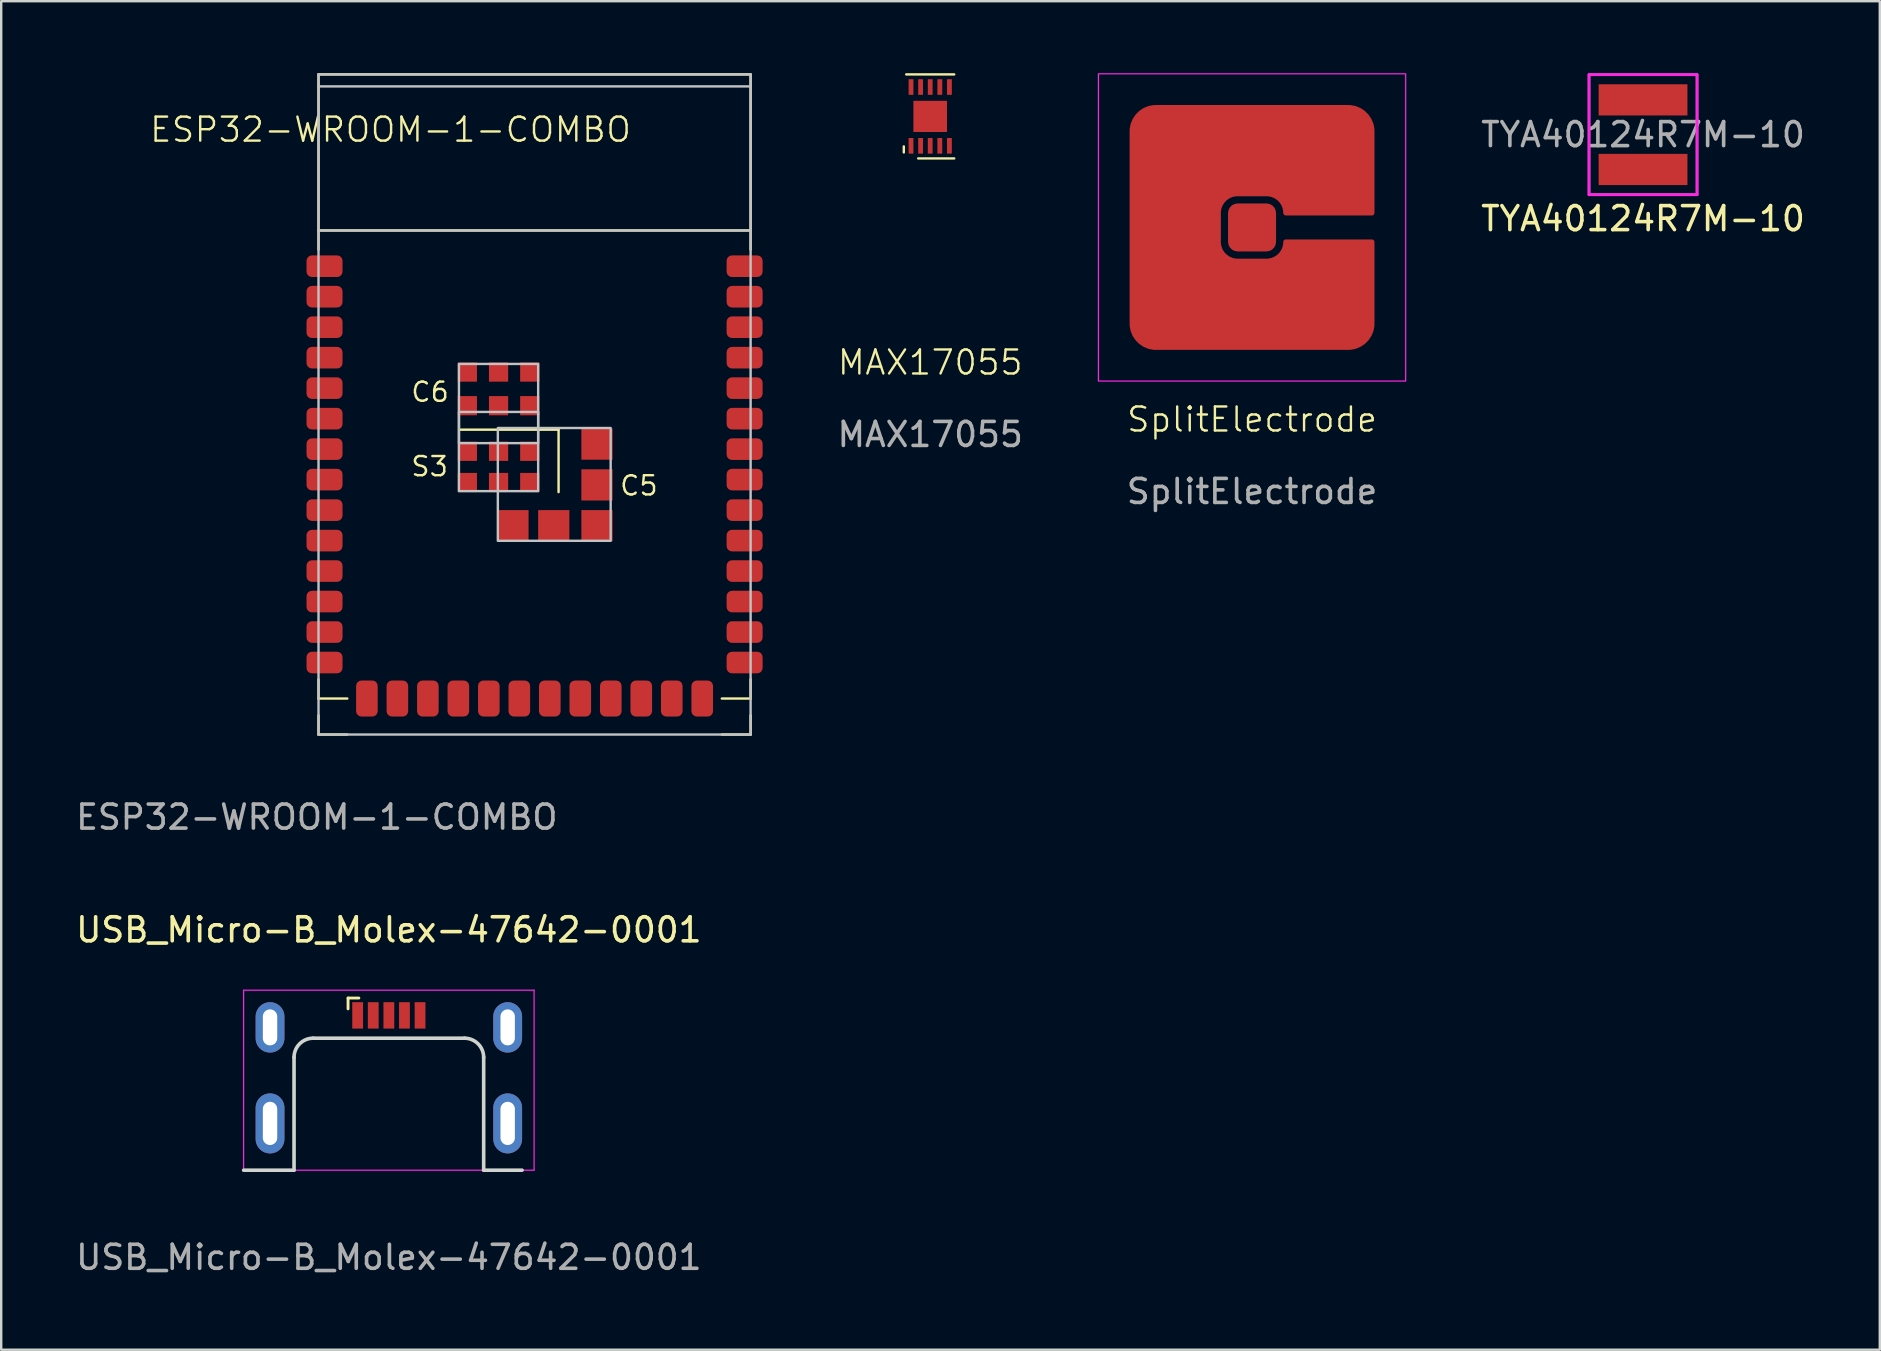
<source format=kicad_pcb>
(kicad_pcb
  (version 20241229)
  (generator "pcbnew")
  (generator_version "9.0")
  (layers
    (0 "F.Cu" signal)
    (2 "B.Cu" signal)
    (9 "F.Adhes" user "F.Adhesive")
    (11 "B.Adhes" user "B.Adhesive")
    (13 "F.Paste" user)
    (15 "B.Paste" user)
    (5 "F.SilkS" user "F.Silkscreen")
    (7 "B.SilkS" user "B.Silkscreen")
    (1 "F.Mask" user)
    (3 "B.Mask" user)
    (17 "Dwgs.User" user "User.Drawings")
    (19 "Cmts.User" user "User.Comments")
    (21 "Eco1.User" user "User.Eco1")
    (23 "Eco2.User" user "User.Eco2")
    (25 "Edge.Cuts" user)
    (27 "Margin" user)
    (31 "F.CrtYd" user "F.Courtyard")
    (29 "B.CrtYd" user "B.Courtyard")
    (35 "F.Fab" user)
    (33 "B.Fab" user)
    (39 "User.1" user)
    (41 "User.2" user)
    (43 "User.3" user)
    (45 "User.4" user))
  (footprint "SplitElectrode"
    (layer "F.Cu")
    (at 49.108 6.425)
    (property "Reference" "SplitElectrode" (at 0 8 0) (unlocked yes) (layer "F.SilkS") (effects (font (size 1 1) (thickness 0.1))))
    (attr smd)
    (fp_rect (start -6.4 -6.4) (end 6.4 6.4) (stroke (width 0.05) (type default)) (fill no) (layer "F.CrtYd"))
    (fp_text user "${REFERENCE}" (at 0 11 0) (unlocked yes) (layer "F.Fab") (effects (font (size 1 1) (thickness 0.15))))
    (pad "1" smd roundrect (at 0 0 180) (size 2 2) (layers "F.Cu" "F.Mask") (roundrect_rratio 0.2))
    (pad "2" smd custom (at 0 -3.2 180) (size 2 2) (layers "F.Cu" "F.Mask") (options (anchor circle)) (primitives (gr_poly (pts (xy -1 -0.6) (xy -0.98 -0.724) (xy -0.924 -0.835) (xy -0.835 -0.924) (xy -0.724 -0.98) (xy -0.6 -1) (xy 0.6 -1) (xy 0.724 -0.98) (xy 0.835 -0.924) (xy 0.924 -0.835) (xy 0.98 -0.724) (xy 1 -0.6) (xy 1 0.6) (xy 0.98 0.724) (xy 0.924 0.835) (xy 0.835 0.924) (xy 0.724 0.98) (xy 0.6 1) (xy -0.6 1) (xy -0.724 0.98) (xy -0.835 0.924) (xy -0.924 0.835) (xy -0.98 0.724) (xy -1 0.6)) (width 0) (fill yes)) (gr_poly (pts (xy 4 -8.2) (xy 4.098 -8.198) (xy 4.291 -8.16) (xy 4.473 -8.085) (xy 4.636 -7.975) (xy 4.775 -7.836) (xy 4.885 -7.673) (xy 4.96 -7.491) (xy 4.998 -7.298) (xy 5 -7.2) (xy 5 0.8) (xy 4.998 0.898) (xy 4.96 1.091) (xy 4.885 1.273) (xy 4.775 1.436) (xy 4.636 1.575) (xy 4.473 1.685) (xy 4.291 1.76) (xy 4.098 1.798) (xy 4 1.8) (xy -4 1.8) (xy -4.098 1.798) (xy -4.291 1.76) (xy -4.473 1.684) (xy -4.636 1.575) (xy -4.775 1.436) (xy -4.884 1.273) (xy -4.96 1.091) (xy -4.998 0.898) (xy -5 0.8) (xy -5 -2.6) (xy -1.4 -2.6) (xy -1.398 -2.521) (xy -1.368 -2.367) (xy -1.308 -2.222) (xy -1.22 -2.091) (xy -1.109 -1.98) (xy -0.978 -1.892) (xy -0.833 -1.832) (xy -0.679 -1.802) (xy -0.6 -1.8) (xy 0.6 -1.8) (xy 0.679 -1.802) (xy 0.833 -1.832) (xy 0.978 -1.892) (xy 1.109 -1.98) (xy 1.22 -2.091) (xy 1.308 -2.222) (xy 1.368 -2.367) (xy 1.398 -2.521) (xy 1.4 -2.6) (xy 1.4 -3.8) (xy 1.398 -3.879) (xy 1.368 -4.033) (xy 1.308 -4.178) (xy 1.22 -4.309) (xy 1.109 -4.42) (xy 0.978 -4.508) (xy 0.833 -4.568) (xy 0.679 -4.598) (xy 0.6 -4.6) (xy -0.6 -4.6) (xy -0.679 -4.598) (xy -0.833 -4.568) (xy -0.978 -4.508) (xy -1.109 -4.42) (xy -1.22 -4.309) (xy -1.308 -4.178) (xy -1.368 -4.033) (xy -1.398 -3.879) (xy -1.4 -3.8) (xy -5 -3.8) (xy -5 -7.2) (xy -4.998 -7.298) (xy -4.96 -7.491) (xy -4.884 -7.673) (xy -4.775 -7.836) (xy -4.636 -7.975) (xy -4.473 -8.084) (xy -4.291 -8.16) (xy -4.098 -8.198) (xy -4 -8.2)) (width 0.2) (fill yes)))))
  (footprint "TYA40124R7M-10"
    (layer "F.Cu")
    (at 65.396 2.56)
    (property "Reference" "TYA40124R7M-10" (at 0 3.5 0) (layer "F.SilkS") (effects (font (size 1 1) (thickness 0.15))))
    (attr smd)
    (fp_line (start -2.25 -2.5) (end 2.25 -2.5) (stroke (width 0.12) (type solid)) (layer "F.CrtYd"))
    (fp_line (start -2.25 2.5) (end -2.25 -2.5) (stroke (width 0.12) (type solid)) (layer "F.CrtYd"))
    (fp_line (start 2.25 -2.5) (end 2.25 2.5) (stroke (width 0.12) (type solid)) (layer "F.CrtYd"))
    (fp_line (start 2.25 2.5) (end -2.25 2.5) (stroke (width 0.12) (type solid)) (layer "F.CrtYd"))
    (fp_rect (start -2.25 -2.5) (end 2.25 2.5) (stroke (width 0.1) (type solid)) (fill no) (layer "F.Fab"))
    (fp_text user "${REFERENCE}" (at 0 0 0) (layer "F.Fab") (effects (font (size 1 1) (thickness 0.15))))
    (pad "1" smd rect (at 0 -1.45) (size 3.7 1.3) (layers "F.Cu" "F.Mask" "F.Paste"))
    (pad "2" smd rect (at 0 1.45) (size 3.7 1.3) (layers "F.Cu" "F.Mask" "F.Paste")))
  (footprint "USB_Micro-B_Molex-47642-0001"
    (layer "F.Cu")
    (at 13.149 38.699)
    (property "Reference" "USB_Micro-B_Molex-47642-0001" (at 0 -3.013 0) (layer "F.SilkS") (effects (font (size 1 1) (thickness 0.15))))
    (attr smd)
    (fp_line (start -1.7 -0.172) (end -1.7 0.278) (stroke (width 0.12) (type solid)) (layer "F.SilkS"))
    (fp_line (start -1.7 -0.172) (end -1.25 -0.172) (stroke (width 0.12) (type solid)) (layer "F.SilkS"))
    (fp_line (start -6.05 7) (end -3.95 7) (stroke (width 0.15) (type default)) (layer "Edge.Cuts"))
    (fp_line (start -3.95 7) (end -3.95 2.3) (stroke (width 0.15) (type default)) (layer "Edge.Cuts"))
    (fp_line (start 3.15 1.5) (end -3.15 1.5) (stroke (width 0.15) (type default)) (layer "Edge.Cuts"))
    (fp_line (start 3.95 7) (end 3.95 2.3) (stroke (width 0.15) (type default)) (layer "Edge.Cuts"))
    (fp_line (start 5.55 7) (end 3.95 7) (stroke (width 0.15) (type default)) (layer "Edge.Cuts"))
    (fp_arc (start -3.95 2.3) (mid -3.715685 1.734315) (end -3.15 1.5) (stroke (width 0.15) (type default)) (layer "Edge.Cuts"))
    (fp_arc (start 3.15 1.5) (mid 3.715685 1.734315) (end 3.95 2.3) (stroke (width 0.15) (type default)) (layer "Edge.Cuts"))
    (fp_line (start -6.05 -0.5) (end -6.05 7) (stroke (width 0.05) (type default)) (layer "F.CrtYd"))
    (fp_line (start -6.05 -0.5) (end 6.05 -0.5) (stroke (width 0.05) (type solid)) (layer "F.CrtYd"))
    (fp_line (start -6.05 7) (end 6.05 7) (stroke (width 0.05) (type default)) (layer "F.CrtYd"))
    (fp_line (start 6.05 -0.5) (end 6.05 7) (stroke (width 0.05) (type default)) (layer "F.CrtYd"))
    (fp_text user "${REFERENCE}" (at 0 10.63 0) (layer "F.Fab") (effects (font (size 1 1) (thickness 0.15))))
    (pad "1" smd rect (at -1.3 0.55) (size 0.45 1.1) (layers "F.Cu" "F.Mask" "F.Paste"))
    (pad "2" smd rect (at -0.65 0.55) (size 0.45 1.1) (layers "F.Cu" "F.Mask" "F.Paste"))
    (pad "3" smd rect (at 0 0.55) (size 0.45 1.1) (layers "F.Cu" "F.Mask" "F.Paste"))
    (pad "4" smd rect (at 0.65 0.55) (size 0.45 1.1) (layers "F.Cu" "F.Mask" "F.Paste"))
    (pad "5" smd rect (at 1.3 0.55) (size 0.45 1.1) (layers "F.Cu" "F.Mask" "F.Paste"))
    (pad "6" thru_hole oval (at -4.95 1.05 90) (size 2.1 1.2) (drill oval 1.5 0.6) (layers "*.Cu" "*.Mask"))
    (pad "6" thru_hole oval (at -4.95 5.05 180) (size 1.2 2.5) (drill oval 0.6 1.8) (layers "*.Cu" "*.Mask"))
    (pad "6" thru_hole oval (at 4.95 1.05 90) (size 2.1 1.2) (drill oval 1.5 0.6) (layers "*.Cu" "*.Mask"))
    (pad "6" thru_hole oval (at 4.95 5.05) (size 1.2 2.5) (drill oval 0.6 1.8) (layers "*.Cu" "*.Mask")))
  (footprint "MAX17055"
    (layer "F.Cu")
    (at 35.701 1.8)
    (property "Reference" "MAX17055" (at 0 10.25 0) (unlocked yes) (layer "F.SilkS") (effects (font (size 1 1) (thickness 0.1))))
    (attr smd)
    (fp_line (start -1.1 1.25) (end -1.1 1.5) (stroke (width 0.1) (type default)) (layer "F.SilkS"))
    (fp_line (start -1 -1.75) (end 1 -1.75) (stroke (width 0.1) (type default)) (layer "F.SilkS"))
    (fp_line (start 1 1.75) (end -0.5 1.75) (stroke (width 0.1) (type default)) (layer "F.SilkS"))
    (fp_text user "${REFERENCE}" (at 0 13.25 0) (unlocked yes) (layer "F.Fab") (effects (font (size 1 1) (thickness 0.15))))
    (pad "1" smd rect (at -0.8 1.225 180) (size 0.2 0.65) (layers "F.Cu" "F.Mask" "F.Paste"))
    (pad "2" smd rect (at -0.4 1.225 180) (size 0.2 0.65) (layers "F.Cu" "F.Mask" "F.Paste"))
    (pad "3" smd rect (at 0 1.225 180) (size 0.2 0.65) (layers "F.Cu" "F.Mask" "F.Paste"))
    (pad "4" smd rect (at 0.4 1.225 180) (size 0.2 0.65) (layers "F.Cu" "F.Mask" "F.Paste"))
    (pad "5" smd rect (at 0.8 1.225 180) (size 0.2 0.65) (layers "F.Cu" "F.Mask" "F.Paste"))
    (pad "6" smd rect (at 0.8 -1.225 180) (size 0.2 0.65) (layers "F.Cu" "F.Mask" "F.Paste"))
    (pad "7" smd rect (at 0.4 -1.225 180) (size 0.2 0.65) (layers "F.Cu" "F.Mask" "F.Paste"))
    (pad "8" smd rect (at 0 -1.225 180) (size 0.2 0.65) (layers "F.Cu" "F.Mask" "F.Paste"))
    (pad "9" smd rect (at -0.4 -1.225 180) (size 0.2 0.65) (layers "F.Cu" "F.Mask" "F.Paste"))
    (pad "10" smd rect (at -0.8 -1.225 180) (size 0.2 0.65) (layers "F.Cu" "F.Mask" "F.Paste"))
    (pad "11" smd rect (at 0 0) (size 1.4 1.3) (layers "F.Cu" "F.Mask" "F.Paste")))
  (footprint "ESP32-WROOM-1-COMBO"
    (layer "F.Cu")
    (at 10.219 26.05)
    (property "Reference" "ESP32-WROOM-1-COMBO" (at 3 -23.7 0) (unlocked yes) (layer "F.SilkS") (effects (font (size 1 1) (thickness 0.1))))
    (attr smd)
    (fp_line (start 0 -26) (end 0 -18.7) (stroke (width 0.1) (type default)) (layer "F.SilkS"))
    (fp_line (start 0 -0.8) (end 0 0) (stroke (width 0.1) (type default)) (layer "F.SilkS"))
    (fp_line (start 0 0) (end 1.2 0) (stroke (width 0.1) (type solid)) (layer "F.SilkS"))
    (fp_line (start 0 0.7) (end 0 1.5) (stroke (width 0.1) (type default)) (layer "F.SilkS"))
    (fp_line (start 0 1.5) (end 1.2 1.5) (stroke (width 0.1) (type default)) (layer "F.SilkS"))
    (fp_line (start 5.9 -11.2) (end 9.2 -11.2) (stroke (width 0.1) (type default)) (layer "F.SilkS"))
    (fp_line (start 9.2 -11.2) (end 10 -11.2) (stroke (width 0.1) (type default)) (layer "F.SilkS"))
    (fp_line (start 10 -11.2) (end 10 -8.6) (stroke (width 0.1) (type default)) (layer "F.SilkS"))
    (fp_line (start 18 -26) (end 0 -26) (stroke (width 0.1) (type default)) (layer "F.SilkS"))
    (fp_line (start 18 -26) (end 18 -18.7) (stroke (width 0.1) (type default)) (layer "F.SilkS"))
    (fp_line (start 18 -19.5) (end 0 -19.5) (stroke (width 0.1) (type default)) (layer "F.SilkS"))
    (fp_line (start 18 -0.8) (end 18 0) (stroke (width 0.1) (type default)) (layer "F.SilkS"))
    (fp_line (start 18 0) (end 16.8 0) (stroke (width 0.1) (type default)) (layer "F.SilkS"))
    (fp_line (start 18 0.7) (end 18 1.5) (stroke (width 0.1) (type default)) (layer "F.SilkS"))
    (fp_line (start 18 1.5) (end 16.8 1.5) (stroke (width 0.1) (type default)) (layer "F.SilkS"))
    (fp_line (start 0 -26) (end 0 1.5) (stroke (width 0.1) (type solid)) (layer "Dwgs.User"))
    (fp_line (start 0 -26) (end 18 -26) (stroke (width 0.1) (type default)) (layer "Dwgs.User"))
    (fp_line (start 0 -25.5) (end 18 -25.5) (stroke (width 0.1) (type default)) (layer "Dwgs.User"))
    (fp_line (start 0 1.5) (end 18 1.5) (stroke (width 0.1) (type solid)) (layer "Dwgs.User"))
    (fp_line (start 18 -19.5) (end 0 -19.5) (stroke (width 0.1) (type default)) (layer "Dwgs.User"))
    (fp_line (start 18 1.5) (end 18 -26) (stroke (width 0.1) (type solid)) (layer "Dwgs.User"))
    (fp_rect (start 5.85 -13.94) (end 9.15 -10.64) (stroke (width 0.1) (type solid)) (fill no) (layer "Dwgs.User"))
    (fp_rect (start 5.85 -11.94) (end 9.15 -8.64) (stroke (width 0.1) (type solid)) (fill no) (layer "Dwgs.User"))
    (fp_rect (start 7.47 -11.27) (end 12.17 -6.57) (stroke (width 0.1) (type solid)) (fill no) (layer "Dwgs.User"))
    (fp_text user "S3" (at 3.8 -9.2 0) (unlocked yes) (layer "F.SilkS") (effects (font (size 0.8 0.8) (thickness 0.1)) (justify left bottom)))
    (fp_text user "C5" (at 12.5 -8.4 0) (unlocked yes) (layer "F.SilkS") (effects (font (size 0.8 0.8) (thickness 0.1)) (justify left bottom)))
    (fp_text user "C6" (at 3.8 -12.3 0) (unlocked yes) (layer "F.SilkS") (effects (font (size 0.8 0.8) (thickness 0.1)) (justify left bottom)))
    (fp_text user "${REFERENCE}" (at -0.07 4.94 0) (unlocked yes) (layer "F.Fab") (effects (font (size 1 1) (thickness 0.15))))
    (pad "1" smd roundrect (at 0.25 -18.01) (size 1.5 0.9) (layers "F.Cu" "F.Mask" "F.Paste") (roundrect_rratio 0.25))
    (pad "2" smd roundrect (at 0.25 -16.74) (size 1.5 0.9) (layers "F.Cu" "F.Mask" "F.Paste") (roundrect_rratio 0.25))
    (pad "3" smd roundrect (at 0.25 -15.47) (size 1.5 0.9) (layers "F.Cu" "F.Mask" "F.Paste") (roundrect_rratio 0.25))
    (pad "4" smd roundrect (at 0.25 -14.2) (size 1.5 0.9) (layers "F.Cu" "F.Mask" "F.Paste") (roundrect_rratio 0.25))
    (pad "5" smd roundrect (at 0.25 -12.93) (size 1.5 0.9) (layers "F.Cu" "F.Mask" "F.Paste") (roundrect_rratio 0.25))
    (pad "6" smd roundrect (at 0.25 -11.66) (size 1.5 0.9) (layers "F.Cu" "F.Mask" "F.Paste") (roundrect_rratio 0.25))
    (pad "7" smd roundrect (at 0.25 -10.39) (size 1.5 0.9) (layers "F.Cu" "F.Mask" "F.Paste") (roundrect_rratio 0.25))
    (pad "8" smd roundrect (at 0.25 -9.12) (size 1.5 0.9) (layers "F.Cu" "F.Mask" "F.Paste") (roundrect_rratio 0.25))
    (pad "9" smd roundrect (at 0.25 -7.85) (size 1.5 0.9) (layers "F.Cu" "F.Mask" "F.Paste") (roundrect_rratio 0.25))
    (pad "10" smd roundrect (at 0.25 -6.58) (size 1.5 0.9) (layers "F.Cu" "F.Mask" "F.Paste") (roundrect_rratio 0.25))
    (pad "11" smd roundrect (at 0.25 -5.31) (size 1.5 0.9) (layers "F.Cu" "F.Mask" "F.Paste") (roundrect_rratio 0.25))
    (pad "12" smd roundrect (at 0.25 -4.04) (size 1.5 0.9) (layers "F.Cu" "F.Mask" "F.Paste") (roundrect_rratio 0.25))
    (pad "13" smd roundrect (at 0.25 -2.77) (size 1.5 0.9) (layers "F.Cu" "F.Mask" "F.Paste") (roundrect_rratio 0.25))
    (pad "14" smd roundrect (at 0.25 -1.5) (size 1.5 0.9) (layers "F.Cu" "F.Mask" "F.Paste") (roundrect_rratio 0.25))
    (pad "15" smd roundrect (at 2.015 0 90) (size 1.5 0.9) (layers "F.Cu" "F.Mask" "F.Paste") (roundrect_rratio 0.25))
    (pad "16" smd roundrect (at 3.285 0 90) (size 1.5 0.9) (layers "F.Cu" "F.Mask" "F.Paste") (roundrect_rratio 0.25))
    (pad "17" smd roundrect (at 4.555 0 90) (size 1.5 0.9) (layers "F.Cu" "F.Mask" "F.Paste") (roundrect_rratio 0.25))
    (pad "18" smd roundrect (at 5.825 0 90) (size 1.5 0.9) (layers "F.Cu" "F.Mask" "F.Paste") (roundrect_rratio 0.25))
    (pad "19" smd roundrect (at 7.095 0 90) (size 1.5 0.9) (layers "F.Cu" "F.Mask" "F.Paste") (roundrect_rratio 0.25))
    (pad "20" smd roundrect (at 8.365 0 90) (size 1.5 0.9) (layers "F.Cu" "F.Mask" "F.Paste") (roundrect_rratio 0.25))
    (pad "21" smd roundrect (at 9.635 0 90) (size 1.5 0.9) (layers "F.Cu" "F.Mask" "F.Paste") (roundrect_rratio 0.25))
    (pad "22" smd roundrect (at 10.905 0 90) (size 1.5 0.9) (layers "F.Cu" "F.Mask" "F.Paste") (roundrect_rratio 0.25))
    (pad "23" smd roundrect (at 12.175 0 90) (size 1.5 0.9) (layers "F.Cu" "F.Mask" "F.Paste") (roundrect_rratio 0.25))
    (pad "24" smd roundrect (at 13.445 0 90) (size 1.5 0.9) (layers "F.Cu" "F.Mask" "F.Paste") (roundrect_rratio 0.25))
    (pad "25" smd roundrect (at 14.715 0 90) (size 1.5 0.9) (layers "F.Cu" "F.Mask" "F.Paste") (roundrect_rratio 0.25))
    (pad "26" smd roundrect (at 15.985 0 90) (size 1.5 0.9) (layers "F.Cu" "F.Mask" "F.Paste") (roundrect_rratio 0.25))
    (pad "27" smd roundrect (at 17.75 -1.5 180) (size 1.5 0.9) (layers "F.Cu" "F.Mask" "F.Paste") (roundrect_rratio 0.25))
    (pad "28" smd roundrect (at 17.75 -2.77 180) (size 1.5 0.9) (layers "F.Cu" "F.Mask" "F.Paste") (roundrect_rratio 0.25))
    (pad "29" smd roundrect (at 17.75 -4.04 180) (size 1.5 0.9) (layers "F.Cu" "F.Mask" "F.Paste") (roundrect_rratio 0.25))
    (pad "30" smd roundrect (at 17.75 -5.31 180) (size 1.5 0.9) (layers "F.Cu" "F.Mask" "F.Paste") (roundrect_rratio 0.25))
    (pad "31" smd roundrect (at 17.75 -6.58 180) (size 1.5 0.9) (layers "F.Cu" "F.Mask" "F.Paste") (roundrect_rratio 0.25))
    (pad "32" smd roundrect (at 17.75 -7.85 180) (size 1.5 0.9) (layers "F.Cu" "F.Mask" "F.Paste") (roundrect_rratio 0.25))
    (pad "33" smd roundrect (at 17.75 -9.12 180) (size 1.5 0.9) (layers "F.Cu" "F.Mask" "F.Paste") (roundrect_rratio 0.25))
    (pad "34" smd roundrect (at 17.75 -10.39 180) (size 1.5 0.9) (layers "F.Cu" "F.Mask" "F.Paste") (roundrect_rratio 0.25))
    (pad "35" smd roundrect (at 17.75 -11.66 180) (size 1.5 0.9) (layers "F.Cu" "F.Mask" "F.Paste") (roundrect_rratio 0.25))
    (pad "36" smd roundrect (at 17.75 -12.93 180) (size 1.5 0.9) (layers "F.Cu" "F.Mask" "F.Paste") (roundrect_rratio 0.25))
    (pad "37" smd roundrect (at 17.75 -14.2 180) (size 1.5 0.9) (layers "F.Cu" "F.Mask" "F.Paste") (roundrect_rratio 0.25))
    (pad "38" smd roundrect (at 17.75 -15.47 180) (size 1.5 0.9) (layers "F.Cu" "F.Mask" "F.Paste") (roundrect_rratio 0.25))
    (pad "39" smd roundrect (at 17.75 -16.74 180) (size 1.5 0.9) (layers "F.Cu" "F.Mask" "F.Paste") (roundrect_rratio 0.25))
    (pad "40" smd roundrect (at 17.75 -18.01 180) (size 1.5 0.9) (layers "F.Cu" "F.Mask" "F.Paste") (roundrect_rratio 0.25))
    (pad "41" smd rect (at 6.2 -13.6 180) (size 0.8 0.8) (layers "F.Cu" "F.Mask" "F.Paste"))
    (pad "41" smd rect (at 6.2 -12.2 180) (size 0.8 0.8) (layers "F.Cu" "F.Mask" "F.Paste"))
    (pad "41" smd rect (at 6.2 -10.3 180) (size 0.8 0.8) (layers "F.Cu" "F.Mask" "F.Paste"))
    (pad "41" smd rect (at 6.2 -9 180) (size 0.8 0.8) (layers "F.Cu" "F.Mask" "F.Paste"))
    (pad "41" smd rect (at 7.5 -13.6 180) (size 0.8 0.8) (layers "F.Cu" "F.Mask" "F.Paste"))
    (pad "41" smd rect (at 7.5 -12.2 180) (size 0.8 0.8) (layers "F.Cu" "F.Mask" "F.Paste"))
    (pad "41" smd rect (at 7.5 -10.3 180) (size 0.8 0.8) (layers "F.Cu" "F.Mask" "F.Paste"))
    (pad "41" smd rect (at 7.5 -9 180) (size 0.8 0.8) (layers "F.Cu" "F.Mask" "F.Paste"))
    (pad "41" smd rect (at 8.1 -7.2 180) (size 1.3 1.3) (layers "F.Cu" "F.Mask" "F.Paste"))
    (pad "41" smd rect (at 8.8 -13.6 180) (size 0.8 0.8) (layers "F.Cu" "F.Mask" "F.Paste"))
    (pad "41" smd rect (at 8.8 -12.2 180) (size 0.8 0.8) (layers "F.Cu" "F.Mask" "F.Paste"))
    (pad "41" smd rect (at 8.8 -10.3 180) (size 0.8 0.8) (layers "F.Cu" "F.Mask" "F.Paste"))
    (pad "41" smd rect (at 8.8 -9 180) (size 0.8 0.8) (layers "F.Cu" "F.Mask" "F.Paste"))
    (pad "41" smd rect (at 9.8 -7.2 180) (size 1.3 1.3) (layers "F.Cu" "F.Mask" "F.Paste"))
    (pad "41" smd rect (at 11.6 -10.6 180) (size 1.3 1.3) (layers "F.Cu" "F.Mask" "F.Paste"))
    (pad "41" smd rect (at 11.6 -8.9 180) (size 1.3 1.3) (layers "F.Cu" "F.Mask" "F.Paste"))
    (pad "41" smd rect (at 11.6 -7.2 180) (size 1.3 1.3) (layers "F.Cu" "F.Mask" "F.Paste"))
    (zone (net_name "") (layers "F.Cu" "B.Cu" "Dwgs.User") (hatch edge 0.5) (connect_pads) (min_thickness 0.25) (filled_areas_thickness no) (keepout (tracks not_allowed) (vias not_allowed) (pads not_allowed) (copperpour not_allowed) (footprints not_allowed)) (placement (enabled no)) (fill) (polygon (pts (xy 10.219 0.05) (xy 10.219 6.55) (xy 28.219 6.55) (xy 28.219 0.05)))))
  (gr_rect
    (start -3 -3)
    (end 75.259 53.177)
    (stroke (width 0.1) (type default))
    (fill no)
    (layer "Edge.Cuts")))
</source>
